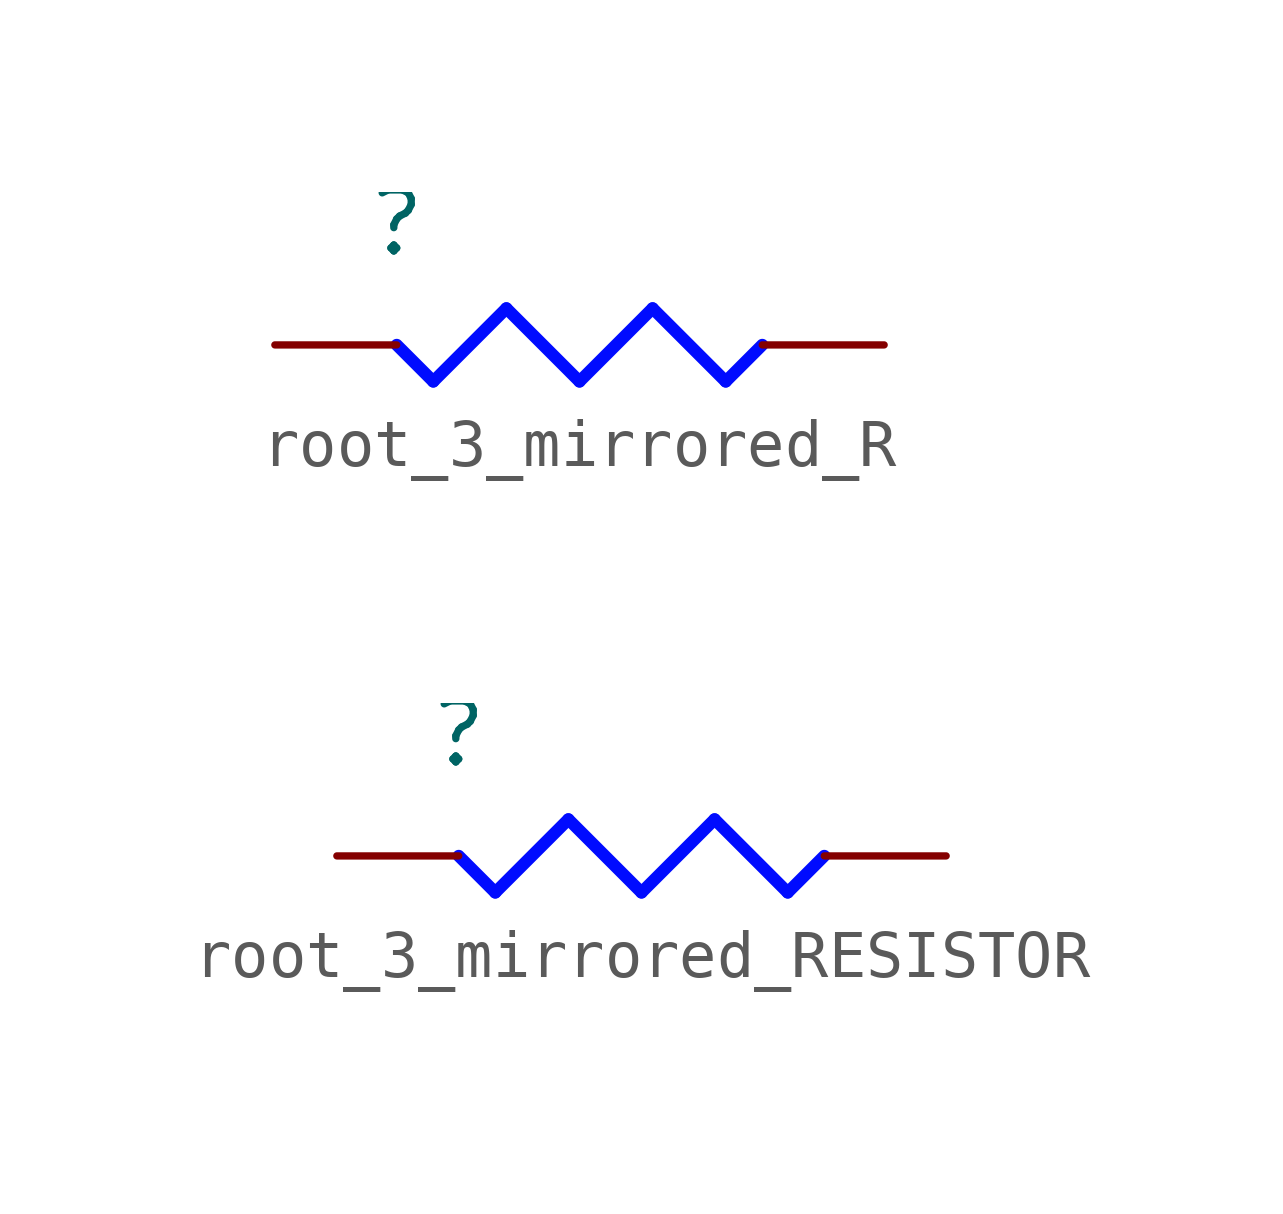
<source format=kicad_sym>
(kicad_symbol_lib
  (version 20231120)
  (generator "kicad_symbol_editor")
  (generator_version "8.0")
  (symbol "root_3_mirrored_R"
    (property "Reference" ""
      (at 0 0 0)
      (effects (font (size 1.27 1.27))))
    (property "Value" ""
      (at 0 0 0)
      (effects (font (size 1.27 1.27))))
    (symbol "root_3_mirrored_R_1_0"
      (polyline (pts (xy 0 -2.54) (xy 0.762 -3.302)) (stroke (width 0.254) (type solid) (color 0 11 255 1)) (fill (type none)))
      (polyline (pts (xy 0.762 -3.302) (xy 2.286 -1.778)) (stroke (width 0.254) (type solid) (color 0 11 255 1)) (fill (type none)))
      (polyline (pts (xy 2.286 -1.778) (xy 3.81 -3.302)) (stroke (width 0.254) (type solid) (color 0 11 255 1)) (fill (type none)))
      (polyline (pts (xy 3.81 -3.302) (xy 5.334 -1.778)) (stroke (width 0.254) (type solid) (color 0 11 255 1)) (fill (type none)))
      (polyline (pts (xy 5.334 -1.778) (xy 6.858 -3.302)) (stroke (width 0.254) (type solid) (color 0 11 255 1)) (fill (type none)))
      (polyline (pts (xy 6.858 -3.302) (xy 7.62 -2.54)) (stroke (width 0.254) (type solid) (color 0 11 255 1)) (fill (type none)))
      (pin passive line (at -2.54 -2.54 0) (length 2.54) (name "1" (effects (font (size 0 0)))) (number "1" (effects (font (size 0 0)))))
      (pin passive line (at 10.16 -2.54 180) (length 2.54) (name "2" (effects (font (size 0 0)))) (number "2" (effects (font (size 0 0)))))))
  (symbol "root_3_mirrored_RESISTOR"
    (property "Reference" ""
      (at 0 0 0)
      (effects (font (size 1.27 1.27))))
    (property "Value" ""
      (at 0 0 0)
      (effects (font (size 1.27 1.27))))
    (symbol "root_3_mirrored_RESISTOR_1_0"
      (polyline (pts (xy 0 -2.54) (xy 0.762 -3.302)) (stroke (width 0.254) (type solid) (color 0 11 255 1)) (fill (type none)))
      (polyline (pts (xy 0.762 -3.302) (xy 2.286 -1.778)) (stroke (width 0.254) (type solid) (color 0 11 255 1)) (fill (type none)))
      (polyline (pts (xy 2.286 -1.778) (xy 3.81 -3.302)) (stroke (width 0.254) (type solid) (color 0 11 255 1)) (fill (type none)))
      (polyline (pts (xy 3.81 -3.302) (xy 5.334 -1.778)) (stroke (width 0.254) (type solid) (color 0 11 255 1)) (fill (type none)))
      (polyline (pts (xy 5.334 -1.778) (xy 6.858 -3.302)) (stroke (width 0.254) (type solid) (color 0 11 255 1)) (fill (type none)))
      (polyline (pts (xy 6.858 -3.302) (xy 7.62 -2.54)) (stroke (width 0.254) (type solid) (color 0 11 255 1)) (fill (type none)))
      (pin passive line (at -2.54 -2.54 0) (length 2.54) (name "1" (effects (font (size 0 0)))) (number "1" (effects (font (size 0 0)))))
      (pin passive line (at 10.16 -2.54 180) (length 2.54) (name "2" (effects (font (size 0 0)))) (number "2" (effects (font (size 0 0))))))))
</source>
